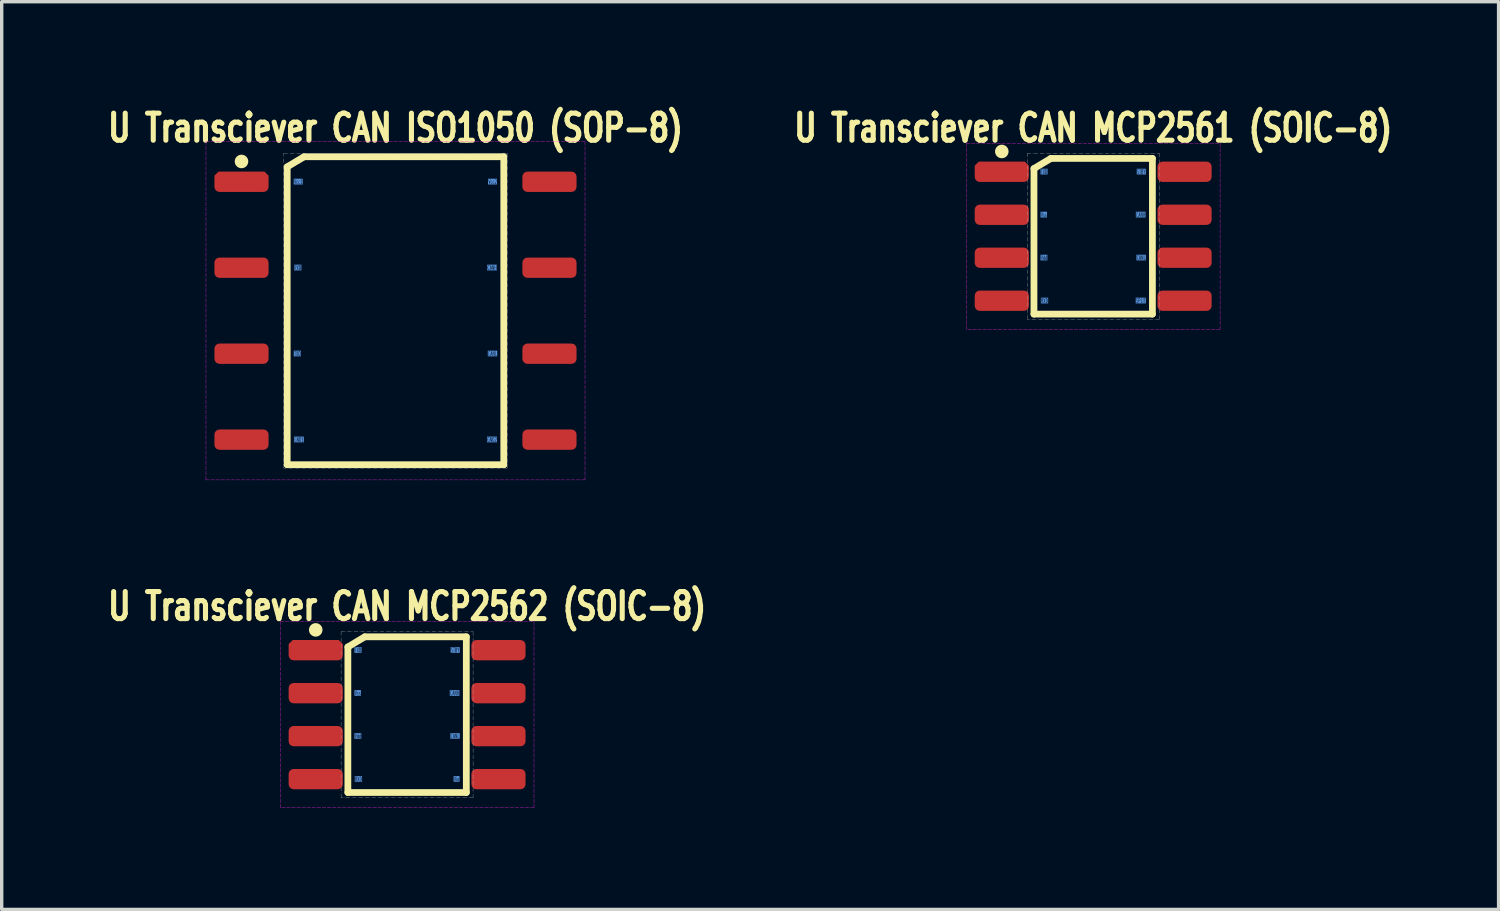
<source format=kicad_pcb>
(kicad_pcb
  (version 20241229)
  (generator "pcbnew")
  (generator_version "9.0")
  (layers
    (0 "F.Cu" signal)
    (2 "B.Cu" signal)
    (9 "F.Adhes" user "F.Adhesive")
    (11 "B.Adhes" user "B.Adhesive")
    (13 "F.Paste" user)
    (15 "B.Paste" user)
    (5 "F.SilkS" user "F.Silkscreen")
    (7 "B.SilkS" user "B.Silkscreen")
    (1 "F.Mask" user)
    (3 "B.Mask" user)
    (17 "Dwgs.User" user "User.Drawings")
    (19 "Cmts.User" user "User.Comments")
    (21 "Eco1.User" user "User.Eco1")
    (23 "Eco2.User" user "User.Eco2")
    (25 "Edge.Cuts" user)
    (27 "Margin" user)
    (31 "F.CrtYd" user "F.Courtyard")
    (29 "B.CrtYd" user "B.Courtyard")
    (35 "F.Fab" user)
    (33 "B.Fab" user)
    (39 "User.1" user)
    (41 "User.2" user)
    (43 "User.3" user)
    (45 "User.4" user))
  (footprint "U Transciever CAN ISO1050 (SOP-8)"
    (layer "F.Cu")
    (at 8.636 6.131)
    (property "Reference" "U Transciever CAN ISO1050 (SOP-8)" (at 0 -5.4 0) (layer "F.SilkS") (effects (font (size 0.8 0.6) (thickness 0.15))))
    (attr smd)
    (fp_line (start -3.2 -4.25) (end -2.7 -4.55) (stroke (width 0.2) (type default)) (layer "F.SilkS"))
    (fp_line (start -3.2 4.55) (end -3.2 -4.25) (stroke (width 0.2) (type default)) (layer "F.SilkS"))
    (fp_line (start -2.7 -4.55) (end 3.2 -4.55) (stroke (width 0.2) (type default)) (layer "F.SilkS"))
    (fp_line (start 3.2 -4.55) (end 3.2 4.55) (stroke (width 0.2) (type default)) (layer "F.SilkS"))
    (fp_line (start 3.2 4.55) (end -3.2 4.55) (stroke (width 0.2) (type default)) (layer "F.SilkS"))
    (fp_circle (center -4.55 -4.41) (end -4.4 -4.41) (stroke (width 0.1) (type solid)) (fill yes) (layer "F.SilkS"))
    (fp_rect (start -5.6 -5) (end 5.6 5) (stroke (width 0.01) (type dash)) (fill no) (layer "F.CrtYd"))
    (fp_rect (start -3.3 -4.65) (end 3.3 4.65) (stroke (width 0.01) (type dash_dot)) (fill no) (layer "F.Fab"))
    (fp_text user "CANL" (at 3 1.27 0) (layer "Cmts.User" knockout) (effects (font (size 0.13 0.07) (thickness 0.01)) (justify right)))
    (fp_text user "Vcc1" (at -3 -3.81 0) (layer "Cmts.User" knockout) (effects (font (size 0.13 0.07) (thickness 0.01)) (justify left)))
    (fp_text user "TXD" (at -3 1.27 0) (layer "Cmts.User" knockout) (effects (font (size 0.13 0.07) (thickness 0.01)) (justify left)))
    (fp_text user "CANH" (at 3 -1.27 0) (layer "Cmts.User" knockout) (effects (font (size 0.13 0.07) (thickness 0.01)) (justify right)))
    (fp_text user "GND2" (at 3 3.81 0) (layer "Cmts.User" knockout) (effects (font (size 0.13 0.07) (thickness 0.01) (bold yes)) (justify right)))
    (fp_text user "RXD" (at -3 -1.27 0) (layer "Cmts.User" knockout) (effects (font (size 0.13 0.07) (thickness 0.01)) (justify left)))
    (fp_text user "Vcc2" (at 3 -3.81 0) (layer "Cmts.User" knockout) (effects (font (size 0.13 0.07) (thickness 0.01) (bold yes)) (justify right)))
    (fp_text user "GND1" (at -3 3.81 0) (layer "Cmts.User" knockout) (effects (font (size 0.13 0.07) (thickness 0.01)) (justify left)))
    (pad "1" smd roundrect (at -4.55 -3.81) (size 1.6 0.6) (layers "F.Cu" "F.Mask" "F.Paste") (roundrect_rratio 0.25) (chamfer_ratio 0.2) (chamfer top_left top_right))
    (pad "2" smd roundrect (at -4.55 -1.27) (size 1.6 0.6) (layers "F.Cu" "F.Mask" "F.Paste") (roundrect_rratio 0.25))
    (pad "3" smd roundrect (at -4.55 1.27) (size 1.6 0.6) (layers "F.Cu" "F.Mask" "F.Paste") (roundrect_rratio 0.25))
    (pad "4" smd roundrect (at -4.55 3.81) (size 1.6 0.6) (layers "F.Cu" "F.Mask" "F.Paste") (roundrect_rratio 0.25))
    (pad "5" smd roundrect (at 4.55 3.81) (size 1.6 0.6) (layers "F.Cu" "F.Mask" "F.Paste") (roundrect_rratio 0.25))
    (pad "6" smd roundrect (at 4.55 1.27) (size 1.6 0.6) (layers "F.Cu" "F.Mask" "F.Paste") (roundrect_rratio 0.25))
    (pad "7" smd roundrect (at 4.55 -1.27) (size 1.6 0.6) (layers "F.Cu" "F.Mask" "F.Paste") (roundrect_rratio 0.25))
    (pad "8" smd roundrect (at 4.55 -3.81) (size 1.6 0.6) (layers "F.Cu" "F.Mask" "F.Paste") (roundrect_rratio 0.25)))
  (footprint "U Transciever CAN MCP2561 (SOIC-8)"
    (layer "F.Cu")
    (at 29.252 3.931)
    (property "Reference" "U Transciever CAN MCP2561 (SOIC-8)" (at 0 -3.2 0) (layer "F.SilkS") (effects (font (size 0.8 0.6) (thickness 0.15))))
    (attr smd)
    (fp_line (start -1.75 -2) (end -1.25 -2.3) (stroke (width 0.2) (type default)) (layer "F.SilkS"))
    (fp_line (start -1.75 2.3) (end -1.75 -2) (stroke (width 0.2) (type default)) (layer "F.SilkS"))
    (fp_line (start -1.25 -2.3) (end 1.75 -2.3) (stroke (width 0.2) (type default)) (layer "F.SilkS"))
    (fp_line (start 1.75 -2.3) (end 1.75 2.3) (stroke (width 0.2) (type default)) (layer "F.SilkS"))
    (fp_line (start 1.75 2.3) (end -1.75 2.3) (stroke (width 0.2) (type default)) (layer "F.SilkS"))
    (fp_circle (center -2.7 -2.505) (end -2.55 -2.505) (stroke (width 0.1) (type solid)) (fill yes) (layer "F.SilkS"))
    (fp_rect (start -3.75 -2.75) (end 3.75 2.75) (stroke (width 0.01) (type dash)) (fill no) (layer "F.CrtYd"))
    (fp_rect (start -1.95 -2.45) (end 1.95 2.45) (stroke (width 0.01) (type dash_dot)) (fill no) (layer "F.Fab"))
    (fp_text user "SPLIT" (at 1.55 1.905 0) (layer "Cmts.User" knockout) (effects (font (size 0.13 0.07) (thickness 0.01) (bold yes)) (justify right)))
    (fp_text user "TXD" (at -1.55 -1.905 0) (layer "Cmts.User" knockout) (effects (font (size 0.13 0.07) (thickness 0.01)) (justify left)))
    (fp_text user "RXD" (at -1.55 1.905 0) (layer "Cmts.User" knockout) (effects (font (size 0.13 0.07) (thickness 0.01)) (justify left)))
    (fp_text user "STBY" (at 1.55 -1.905 0) (layer "Cmts.User" knockout) (effects (font (size 0.13 0.07) (thickness 0.01) (bold yes)) (justify right)))
    (fp_text user "CANH" (at 1.55 -0.635 0) (layer "Cmts.User" knockout) (effects (font (size 0.13 0.07) (thickness 0.01)) (justify right)))
    (fp_text user "Vdd" (at -1.55 0.635 0) (layer "Cmts.User" knockout) (effects (font (size 0.13 0.07) (thickness 0.01)) (justify left)))
    (fp_text user "Vss" (at -1.55 -0.635 0) (layer "Cmts.User" knockout) (effects (font (size 0.13 0.07) (thickness 0.01)) (justify left)))
    (fp_text user "CANL" (at 1.55 0.635 0) (layer "Cmts.User" knockout) (effects (font (size 0.13 0.07) (thickness 0.01)) (justify right)))
    (pad "1" smd roundrect (at -2.7 -1.905) (size 1.6 0.6) (layers "F.Cu" "F.Mask" "F.Paste") (roundrect_rratio 0.25) (chamfer_ratio 0.2) (chamfer top_left top_right))
    (pad "2" smd roundrect (at -2.7 -0.635) (size 1.6 0.6) (layers "F.Cu" "F.Mask" "F.Paste") (roundrect_rratio 0.25))
    (pad "3" smd roundrect (at -2.7 0.635) (size 1.6 0.6) (layers "F.Cu" "F.Mask" "F.Paste") (roundrect_rratio 0.25))
    (pad "4" smd roundrect (at -2.7 1.905) (size 1.6 0.6) (layers "F.Cu" "F.Mask" "F.Paste") (roundrect_rratio 0.25))
    (pad "5" smd roundrect (at 2.7 1.905) (size 1.6 0.6) (layers "F.Cu" "F.Mask" "F.Paste") (roundrect_rratio 0.25))
    (pad "6" smd roundrect (at 2.7 0.635) (size 1.6 0.6) (layers "F.Cu" "F.Mask" "F.Paste") (roundrect_rratio 0.25))
    (pad "7" smd roundrect (at 2.7 -0.635) (size 1.6 0.6) (layers "F.Cu" "F.Mask" "F.Paste") (roundrect_rratio 0.25))
    (pad "8" smd roundrect (at 2.7 -1.905) (size 1.6 0.6) (layers "F.Cu" "F.Mask" "F.Paste") (roundrect_rratio 0.25)))
  (footprint "U Transciever CAN MCP2562 (SOIC-8)"
    (layer "F.Cu")
    (at 8.979 18.067)
    (property "Reference" "U Transciever CAN MCP2562 (SOIC-8)" (at 0 -3.2 0) (layer "F.SilkS") (effects (font (size 0.8 0.6) (thickness 0.15))))
    (attr smd)
    (fp_line (start -1.75 -2) (end -1.25 -2.3) (stroke (width 0.2) (type default)) (layer "F.SilkS"))
    (fp_line (start -1.75 2.3) (end -1.75 -2) (stroke (width 0.2) (type default)) (layer "F.SilkS"))
    (fp_line (start -1.25 -2.3) (end 1.75 -2.3) (stroke (width 0.2) (type default)) (layer "F.SilkS"))
    (fp_line (start 1.75 -2.3) (end 1.75 2.3) (stroke (width 0.2) (type default)) (layer "F.SilkS"))
    (fp_line (start 1.75 2.3) (end -1.75 2.3) (stroke (width 0.2) (type default)) (layer "F.SilkS"))
    (fp_circle (center -2.7 -2.505) (end -2.55 -2.505) (stroke (width 0.1) (type solid)) (fill yes) (layer "F.SilkS"))
    (fp_rect (start -3.75 -2.75) (end 3.75 2.75) (stroke (width 0.01) (type dash)) (fill no) (layer "F.CrtYd"))
    (fp_rect (start -1.95 -2.45) (end 1.95 2.45) (stroke (width 0.01) (type dash_dot)) (fill no) (layer "F.Fab"))
    (fp_text user "TXD" (at -1.55 -1.905 0) (layer "Cmts.User" knockout) (effects (font (size 0.13 0.07) (thickness 0.01)) (justify left)))
    (fp_text user "CANH" (at 1.55 -0.635 0) (layer "Cmts.User" knockout) (effects (font (size 0.13 0.07) (thickness 0.01)) (justify right)))
    (fp_text user "Vss" (at -1.55 -0.635 0) (layer "Cmts.User" knockout) (effects (font (size 0.13 0.07) (thickness 0.01)) (justify left)))
    (fp_text user "Vdd" (at -1.55 0.635 0) (layer "Cmts.User" knockout) (effects (font (size 0.13 0.07) (thickness 0.01)) (justify left)))
    (fp_text user "CANL" (at 1.55 0.635 0) (layer "Cmts.User" knockout) (effects (font (size 0.13 0.07) (thickness 0.01)) (justify right)))
    (fp_text user "STBY" (at 1.55 -1.905 0) (layer "Cmts.User" knockout) (effects (font (size 0.13 0.07) (thickness 0.01) (bold yes)) (justify right)))
    (fp_text user "Vio" (at 1.55 1.905 0) (layer "Cmts.User" knockout) (effects (font (size 0.13 0.07) (thickness 0.01) (bold yes)) (justify right)))
    (fp_text user "RXD" (at -1.55 1.905 0) (layer "Cmts.User" knockout) (effects (font (size 0.13 0.07) (thickness 0.01)) (justify left)))
    (pad "1" smd roundrect (at -2.7 -1.905) (size 1.6 0.6) (layers "F.Cu" "F.Mask" "F.Paste") (roundrect_rratio 0.25) (chamfer_ratio 0.2) (chamfer top_left top_right))
    (pad "2" smd roundrect (at -2.7 -0.635) (size 1.6 0.6) (layers "F.Cu" "F.Mask" "F.Paste") (roundrect_rratio 0.25))
    (pad "3" smd roundrect (at -2.7 0.635) (size 1.6 0.6) (layers "F.Cu" "F.Mask" "F.Paste") (roundrect_rratio 0.25))
    (pad "4" smd roundrect (at -2.7 1.905) (size 1.6 0.6) (layers "F.Cu" "F.Mask" "F.Paste") (roundrect_rratio 0.25))
    (pad "5" smd roundrect (at 2.7 1.905) (size 1.6 0.6) (layers "F.Cu" "F.Mask" "F.Paste") (roundrect_rratio 0.25))
    (pad "6" smd roundrect (at 2.7 0.635) (size 1.6 0.6) (layers "F.Cu" "F.Mask" "F.Paste") (roundrect_rratio 0.25))
    (pad "7" smd roundrect (at 2.7 -0.635) (size 1.6 0.6) (layers "F.Cu" "F.Mask" "F.Paste") (roundrect_rratio 0.25))
    (pad "8" smd roundrect (at 2.7 -1.905) (size 1.6 0.6) (layers "F.Cu" "F.Mask" "F.Paste") (roundrect_rratio 0.25)))
  (gr_rect
    (start -3 -3)
    (end 41.231 23.823)
    (stroke (width 0.1) (type default))
    (fill no)
    (layer "Edge.Cuts")))
</source>
